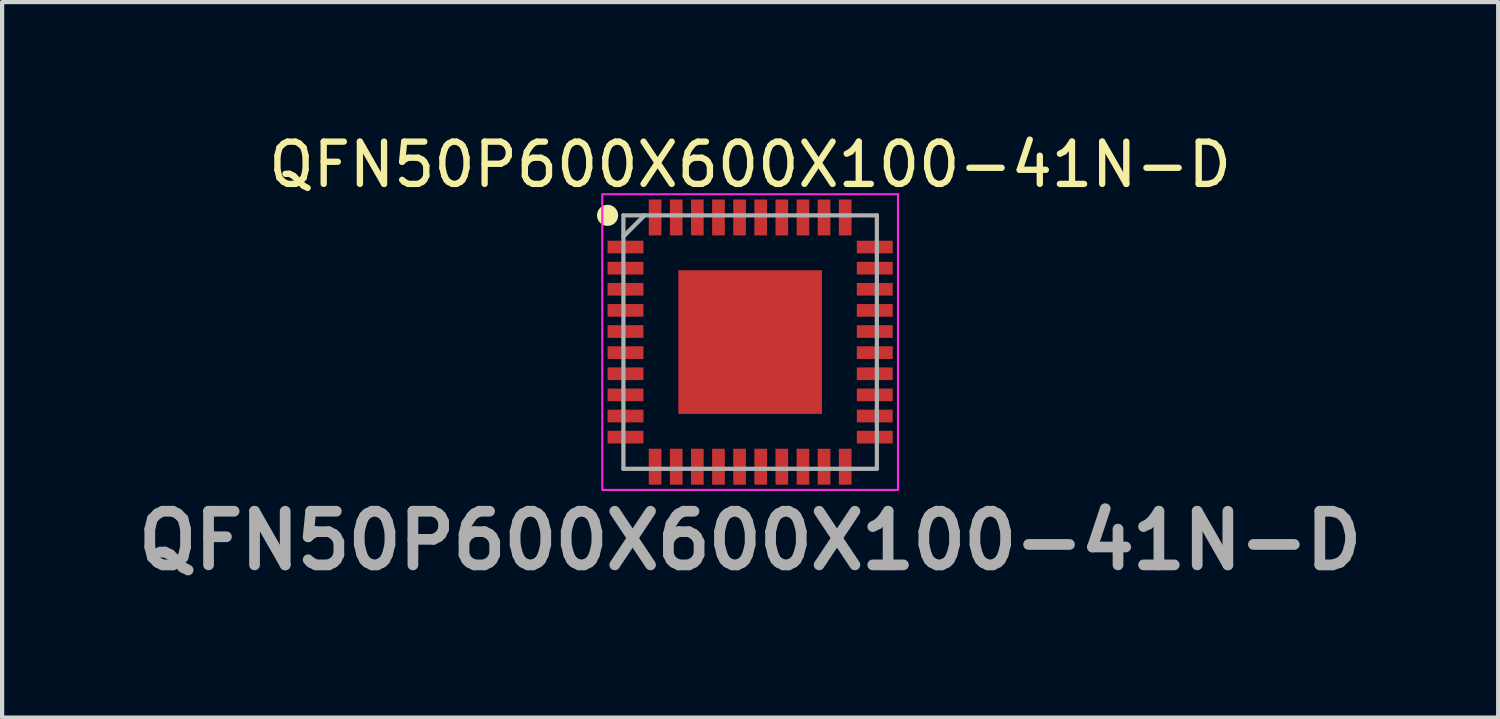
<source format=kicad_pcb>
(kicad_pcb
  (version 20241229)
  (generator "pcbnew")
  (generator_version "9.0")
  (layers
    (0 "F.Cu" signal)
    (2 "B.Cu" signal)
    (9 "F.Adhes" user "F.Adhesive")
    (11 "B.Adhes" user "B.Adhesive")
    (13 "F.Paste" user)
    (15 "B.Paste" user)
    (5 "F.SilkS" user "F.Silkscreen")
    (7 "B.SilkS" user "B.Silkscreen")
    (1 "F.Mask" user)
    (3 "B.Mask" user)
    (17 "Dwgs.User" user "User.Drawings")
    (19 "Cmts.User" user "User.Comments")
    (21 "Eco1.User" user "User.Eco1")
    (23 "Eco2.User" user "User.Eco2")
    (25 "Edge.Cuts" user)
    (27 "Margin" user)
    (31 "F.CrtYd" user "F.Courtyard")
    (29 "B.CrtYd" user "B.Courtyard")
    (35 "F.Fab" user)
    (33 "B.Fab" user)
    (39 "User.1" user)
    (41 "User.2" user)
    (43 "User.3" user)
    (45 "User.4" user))
  (footprint "QFN50P600X600X100-41N-D"
    (layer "F.Cu")
    (at 14.708 5.048)
    (property "Reference" "QFN50P600X600X100-41N-D" (at 0 -4.2 0) (layer "F.SilkS") (effects (font (size 1 1) (thickness 0.15))))
    (attr smd)
    (fp_circle (center -3.375 -3) (end -3.375 -2.875) (stroke (width 0.25) (type solid)) (fill no) (layer "F.SilkS"))
    (fp_rect (start -3.5 -3.5) (end 3.5 3.5) (stroke (width 0.05) (type default)) (fill no) (layer "F.CrtYd"))
    (fp_line (start -3 -3) (end 3 -3) (stroke (width 0.1) (type solid)) (layer "F.Fab"))
    (fp_line (start -3 -2.5) (end -2.5 -3) (stroke (width 0.1) (type solid)) (layer "F.Fab"))
    (fp_line (start -3 3) (end -3 -3) (stroke (width 0.1) (type solid)) (layer "F.Fab"))
    (fp_line (start 3 -3) (end 3 3) (stroke (width 0.1) (type solid)) (layer "F.Fab"))
    (fp_line (start 3 3) (end -3 3) (stroke (width 0.1) (type solid)) (layer "F.Fab"))
    (fp_text user "${REFERENCE}" (at 0 4.7 0) (layer "F.Fab") (effects (font (size 1.27 1.27) (thickness 0.254))))
    (pad "1" smd rect (at -2.95 -2.25 90) (size 0.3 0.85) (layers "F.Cu" "F.Mask" "F.Paste"))
    (pad "2" smd rect (at -2.95 -1.75 90) (size 0.3 0.85) (layers "F.Cu" "F.Mask" "F.Paste"))
    (pad "3" smd rect (at -2.95 -1.25 90) (size 0.3 0.85) (layers "F.Cu" "F.Mask" "F.Paste"))
    (pad "4" smd rect (at -2.95 -0.75 90) (size 0.3 0.85) (layers "F.Cu" "F.Mask" "F.Paste"))
    (pad "5" smd rect (at -2.95 -0.25 90) (size 0.3 0.85) (layers "F.Cu" "F.Mask" "F.Paste"))
    (pad "6" smd rect (at -2.95 0.25 90) (size 0.3 0.85) (layers "F.Cu" "F.Mask" "F.Paste"))
    (pad "7" smd rect (at -2.95 0.75 90) (size 0.3 0.85) (layers "F.Cu" "F.Mask" "F.Paste"))
    (pad "8" smd rect (at -2.95 1.25 90) (size 0.3 0.85) (layers "F.Cu" "F.Mask" "F.Paste"))
    (pad "9" smd rect (at -2.95 1.75 90) (size 0.3 0.85) (layers "F.Cu" "F.Mask" "F.Paste"))
    (pad "10" smd rect (at -2.95 2.25 90) (size 0.3 0.85) (layers "F.Cu" "F.Mask" "F.Paste"))
    (pad "11" smd rect (at -2.25 2.95) (size 0.3 0.85) (layers "F.Cu" "F.Mask" "F.Paste"))
    (pad "12" smd rect (at -1.75 2.95) (size 0.3 0.85) (layers "F.Cu" "F.Mask" "F.Paste"))
    (pad "13" smd rect (at -1.25 2.95) (size 0.3 0.85) (layers "F.Cu" "F.Mask" "F.Paste"))
    (pad "14" smd rect (at -0.75 2.95) (size 0.3 0.85) (layers "F.Cu" "F.Mask" "F.Paste"))
    (pad "15" smd rect (at -0.25 2.95) (size 0.3 0.85) (layers "F.Cu" "F.Mask" "F.Paste"))
    (pad "16" smd rect (at 0.25 2.95) (size 0.3 0.85) (layers "F.Cu" "F.Mask" "F.Paste"))
    (pad "17" smd rect (at 0.75 2.95) (size 0.3 0.85) (layers "F.Cu" "F.Mask" "F.Paste"))
    (pad "18" smd rect (at 1.25 2.95) (size 0.3 0.85) (layers "F.Cu" "F.Mask" "F.Paste"))
    (pad "19" smd rect (at 1.75 2.95) (size 0.3 0.85) (layers "F.Cu" "F.Mask" "F.Paste"))
    (pad "20" smd rect (at 2.25 2.95) (size 0.3 0.85) (layers "F.Cu" "F.Mask" "F.Paste"))
    (pad "21" smd rect (at 2.95 2.25 90) (size 0.3 0.85) (layers "F.Cu" "F.Mask" "F.Paste"))
    (pad "22" smd rect (at 2.95 1.75 90) (size 0.3 0.85) (layers "F.Cu" "F.Mask" "F.Paste"))
    (pad "23" smd rect (at 2.95 1.25 90) (size 0.3 0.85) (layers "F.Cu" "F.Mask" "F.Paste"))
    (pad "24" smd rect (at 2.95 0.75 90) (size 0.3 0.85) (layers "F.Cu" "F.Mask" "F.Paste"))
    (pad "25" smd rect (at 2.95 0.25 90) (size 0.3 0.85) (layers "F.Cu" "F.Mask" "F.Paste"))
    (pad "26" smd rect (at 2.95 -0.25 90) (size 0.3 0.85) (layers "F.Cu" "F.Mask" "F.Paste"))
    (pad "27" smd rect (at 2.95 -0.75 90) (size 0.3 0.85) (layers "F.Cu" "F.Mask" "F.Paste"))
    (pad "28" smd rect (at 2.95 -1.25 90) (size 0.3 0.85) (layers "F.Cu" "F.Mask" "F.Paste"))
    (pad "29" smd rect (at 2.95 -1.75 90) (size 0.3 0.85) (layers "F.Cu" "F.Mask" "F.Paste"))
    (pad "30" smd rect (at 2.95 -2.25 90) (size 0.3 0.85) (layers "F.Cu" "F.Mask" "F.Paste"))
    (pad "31" smd rect (at 2.25 -2.95) (size 0.3 0.85) (layers "F.Cu" "F.Mask" "F.Paste"))
    (pad "32" smd rect (at 1.75 -2.95) (size 0.3 0.85) (layers "F.Cu" "F.Mask" "F.Paste"))
    (pad "33" smd rect (at 1.25 -2.95) (size 0.3 0.85) (layers "F.Cu" "F.Mask" "F.Paste"))
    (pad "34" smd rect (at 0.75 -2.95) (size 0.3 0.85) (layers "F.Cu" "F.Mask" "F.Paste"))
    (pad "35" smd rect (at 0.25 -2.95) (size 0.3 0.85) (layers "F.Cu" "F.Mask" "F.Paste"))
    (pad "36" smd rect (at -0.25 -2.95) (size 0.3 0.85) (layers "F.Cu" "F.Mask" "F.Paste"))
    (pad "37" smd rect (at -0.75 -2.95) (size 0.3 0.85) (layers "F.Cu" "F.Mask" "F.Paste"))
    (pad "38" smd rect (at -1.25 -2.95) (size 0.3 0.85) (layers "F.Cu" "F.Mask" "F.Paste"))
    (pad "39" smd rect (at -1.75 -2.95) (size 0.3 0.85) (layers "F.Cu" "F.Mask" "F.Paste"))
    (pad "40" smd rect (at -2.25 -2.95) (size 0.3 0.85) (layers "F.Cu" "F.Mask" "F.Paste"))
    (pad "41" smd rect (at 0 0) (size 3.4 3.4) (layers "F.Cu" "F.Mask" "F.Paste")))
  (gr_rect
    (start -3 -3)
    (end 32.416 13.937)
    (stroke (width 0.1) (type default))
    (fill no)
    (layer "Edge.Cuts")))
</source>
